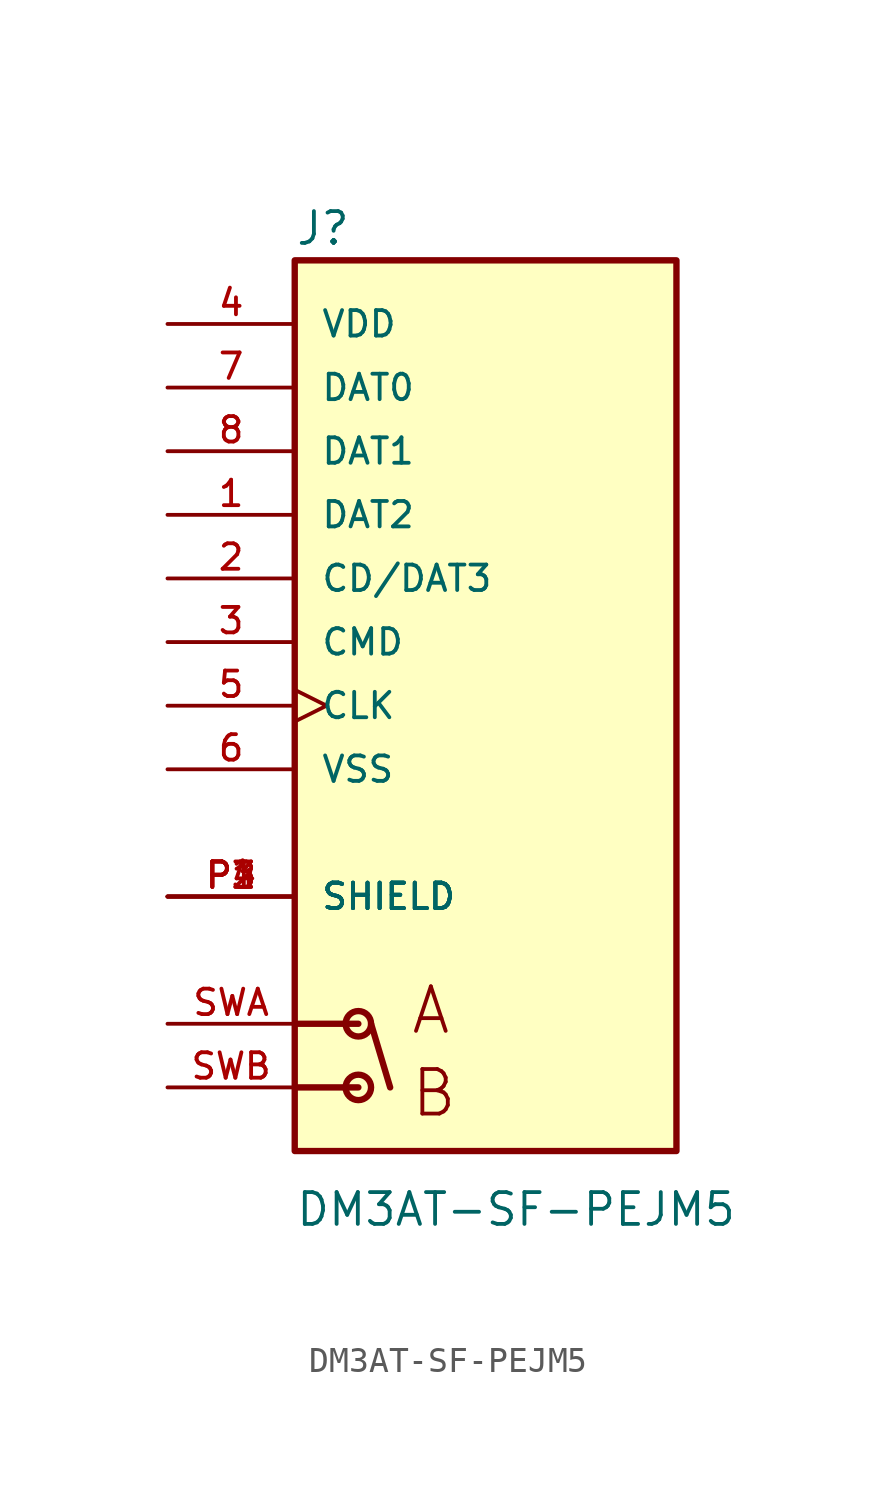
<source format=kicad_sym>
(kicad_symbol_lib
  (version 20220914)
  (generator kicad_symbol_editor)
  (symbol "DM3AT-SF-PEJM5"
    (pin_names
      (offset 1.016))
    (property "Reference" "J"
      (at -7.62 18.313 0)
      (effects (font (size 1.27 1.27)) (justify left bottom)))
    (property "Value" "DM3AT-SF-PEJM5"
      (at -7.62 -20.853 0)
      (effects (font (size 1.27 1.27)) (justify left bottom)))
    (property "ki_locked" ""
      (at 0 0 0)
      (effects (font (size 1.27 1.27))))
    (symbol "DM3AT-SF-PEJM5_0_0"
      (rectangle (start -7.62 -17.78) (end 7.62 17.78) (stroke (width 0.254) (type solid)) (fill (type background)))
      (circle (center -5.08 -15.24) (radius 0.508) (stroke (width 0.254) (type solid)) (fill (type none)))
      (circle (center -5.08 -12.7) (radius 0.508) (stroke (width 0.254) (type solid)) (fill (type none)))
      (polyline (pts (xy -7.62 -15.24) (xy -5.08 -15.24)) (stroke (width 0.254) (type solid)) (fill (type none)))
      (polyline (pts (xy -7.62 -12.7) (xy -5.08 -12.7)) (stroke (width 0.254) (type solid)) (fill (type none)))
      (polyline (pts (xy -4.572 -12.7) (xy -3.81 -15.24)) (stroke (width 0.254) (type solid)) (fill (type none)))
      (text "A" (at -3.048 -13.208 0) (effects (font (size 1.778 1.778)) (justify left bottom)))
      (text "B" (at -3.048 -16.51 0) (effects (font (size 1.778 1.778)) (justify left bottom)))
      (pin bidirectional line (at -12.7 7.62 0) (length 5.08) (name "DAT2" (effects (font (size 1.016 1.016)))) (number "1" (effects (font (size 1.016 1.016)))))
      (pin bidirectional line (at -12.7 5.08 0) (length 5.08) (name "CD/DAT3" (effects (font (size 1.016 1.016)))) (number "2" (effects (font (size 1.016 1.016)))))
      (pin bidirectional line (at -12.7 2.54 0) (length 5.08) (name "CMD" (effects (font (size 1.016 1.016)))) (number "3" (effects (font (size 1.016 1.016)))))
      (pin power_in line (at -12.7 15.24 0) (length 5.08) (name "VDD" (effects (font (size 1.016 1.016)))) (number "4" (effects (font (size 1.016 1.016)))))
      (pin bidirectional clock (at -12.7 0 0) (length 5.08) (name "CLK" (effects (font (size 1.016 1.016)))) (number "5" (effects (font (size 1.016 1.016)))))
      (pin power_in line (at -12.7 -2.54 0) (length 5.08) (name "VSS" (effects (font (size 1.016 1.016)))) (number "6" (effects (font (size 1.016 1.016)))))
      (pin bidirectional line (at -12.7 12.7 0) (length 5.08) (name "DAT0" (effects (font (size 1.016 1.016)))) (number "7" (effects (font (size 1.016 1.016)))))
      (pin bidirectional line (at -12.7 10.16 0) (length 5.08) (name "DAT1" (effects (font (size 1.016 1.016)))) (number "8" (effects (font (size 1.016 1.016)))))
      (pin passive line (at -12.7 -7.62 0) (length 5.08) (name "SHIELD" (effects (font (size 1.016 1.016)))) (number "P1" (effects (font (size 1.016 1.016)))))
      (pin passive line (at -12.7 -7.62 0) (length 5.08) (name "SHIELD" (effects (font (size 1.016 1.016)))) (number "P2" (effects (font (size 1.016 1.016)))))
      (pin passive line (at -12.7 -7.62 0) (length 5.08) (name "SHIELD" (effects (font (size 1.016 1.016)))) (number "P3" (effects (font (size 1.016 1.016)))))
      (pin passive line (at -12.7 -7.62 0) (length 5.08) (name "SHIELD" (effects (font (size 1.016 1.016)))) (number "P4" (effects (font (size 1.016 1.016)))))
      (pin bidirectional line (at -12.7 -12.7 0) (length 5.08) (name "~" (effects (font (size 1.016 1.016)))) (number "SWA" (effects (font (size 1.016 1.016)))))
      (pin bidirectional line (at -12.7 -15.24 0) (length 5.08) (name "~" (effects (font (size 1.016 1.016)))) (number "SWB" (effects (font (size 1.016 1.016))))))))
</source>
